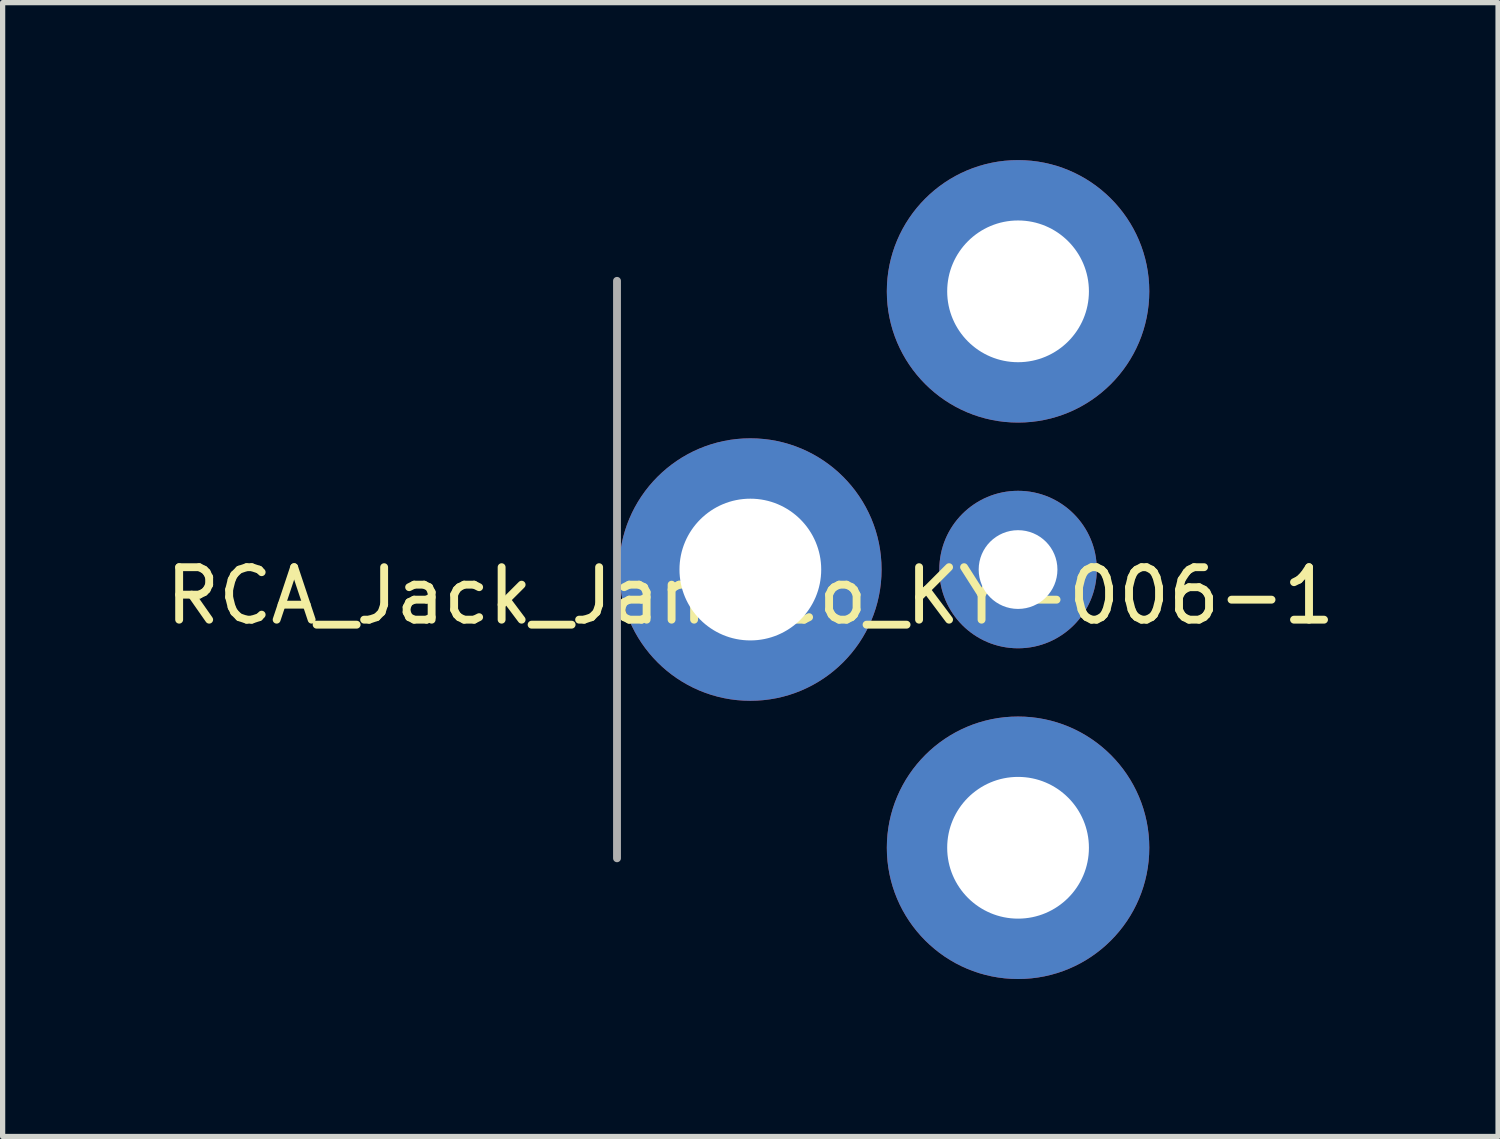
<source format=kicad_pcb>
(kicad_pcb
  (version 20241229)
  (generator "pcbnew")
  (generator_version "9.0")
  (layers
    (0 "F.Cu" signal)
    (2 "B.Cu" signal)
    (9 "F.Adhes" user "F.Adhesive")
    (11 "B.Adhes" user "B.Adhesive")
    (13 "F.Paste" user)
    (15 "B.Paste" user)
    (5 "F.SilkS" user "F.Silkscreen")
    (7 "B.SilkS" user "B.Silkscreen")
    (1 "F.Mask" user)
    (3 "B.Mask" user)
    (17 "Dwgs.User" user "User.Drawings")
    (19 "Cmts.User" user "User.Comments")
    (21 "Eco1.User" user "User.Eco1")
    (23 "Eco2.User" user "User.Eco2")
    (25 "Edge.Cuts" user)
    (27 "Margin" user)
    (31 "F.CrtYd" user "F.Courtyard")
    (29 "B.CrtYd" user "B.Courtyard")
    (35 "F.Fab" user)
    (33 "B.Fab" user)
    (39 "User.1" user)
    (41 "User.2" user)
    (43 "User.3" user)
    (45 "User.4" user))
  (footprint "RCA_Jack_Jameco_KY-006-1"
    (layer "F.Cu")
    (at 11.244 7.8)
    (property "Reference" "RCA_Jack_Jameco_KY-006-1" (at 0 0.5 0) (layer "F.SilkS") (effects (font (size 1 1) (thickness 0.15))))
    (attr through_hole)
    (fp_line (start -2.54 -5.5) (end -2.54 5.5) (stroke (width 0.15) (type solid)) (layer "F.Fab"))
    (pad "1" thru_hole circle (at 5.1 0) (size 3 3) (drill 1.5) (layers "*.Cu" "*.Mask"))
    (pad "2" thru_hole circle (at 0 0) (size 5 5) (drill 2.7) (layers "*.Cu" "*.Mask"))
    (pad "2" thru_hole circle (at 5.1 -5.3) (size 5 5) (drill 2.7) (layers "*.Cu" "*.Mask"))
    (pad "2" thru_hole circle (at 5.1 5.3) (size 5 5) (drill 2.7) (layers "*.Cu" "*.Mask")))
  (gr_rect
    (start -3 -3)
    (end 25.488 18.6)
    (stroke (width 0.1) (type default))
    (fill no)
    (layer "Edge.Cuts")))
</source>
